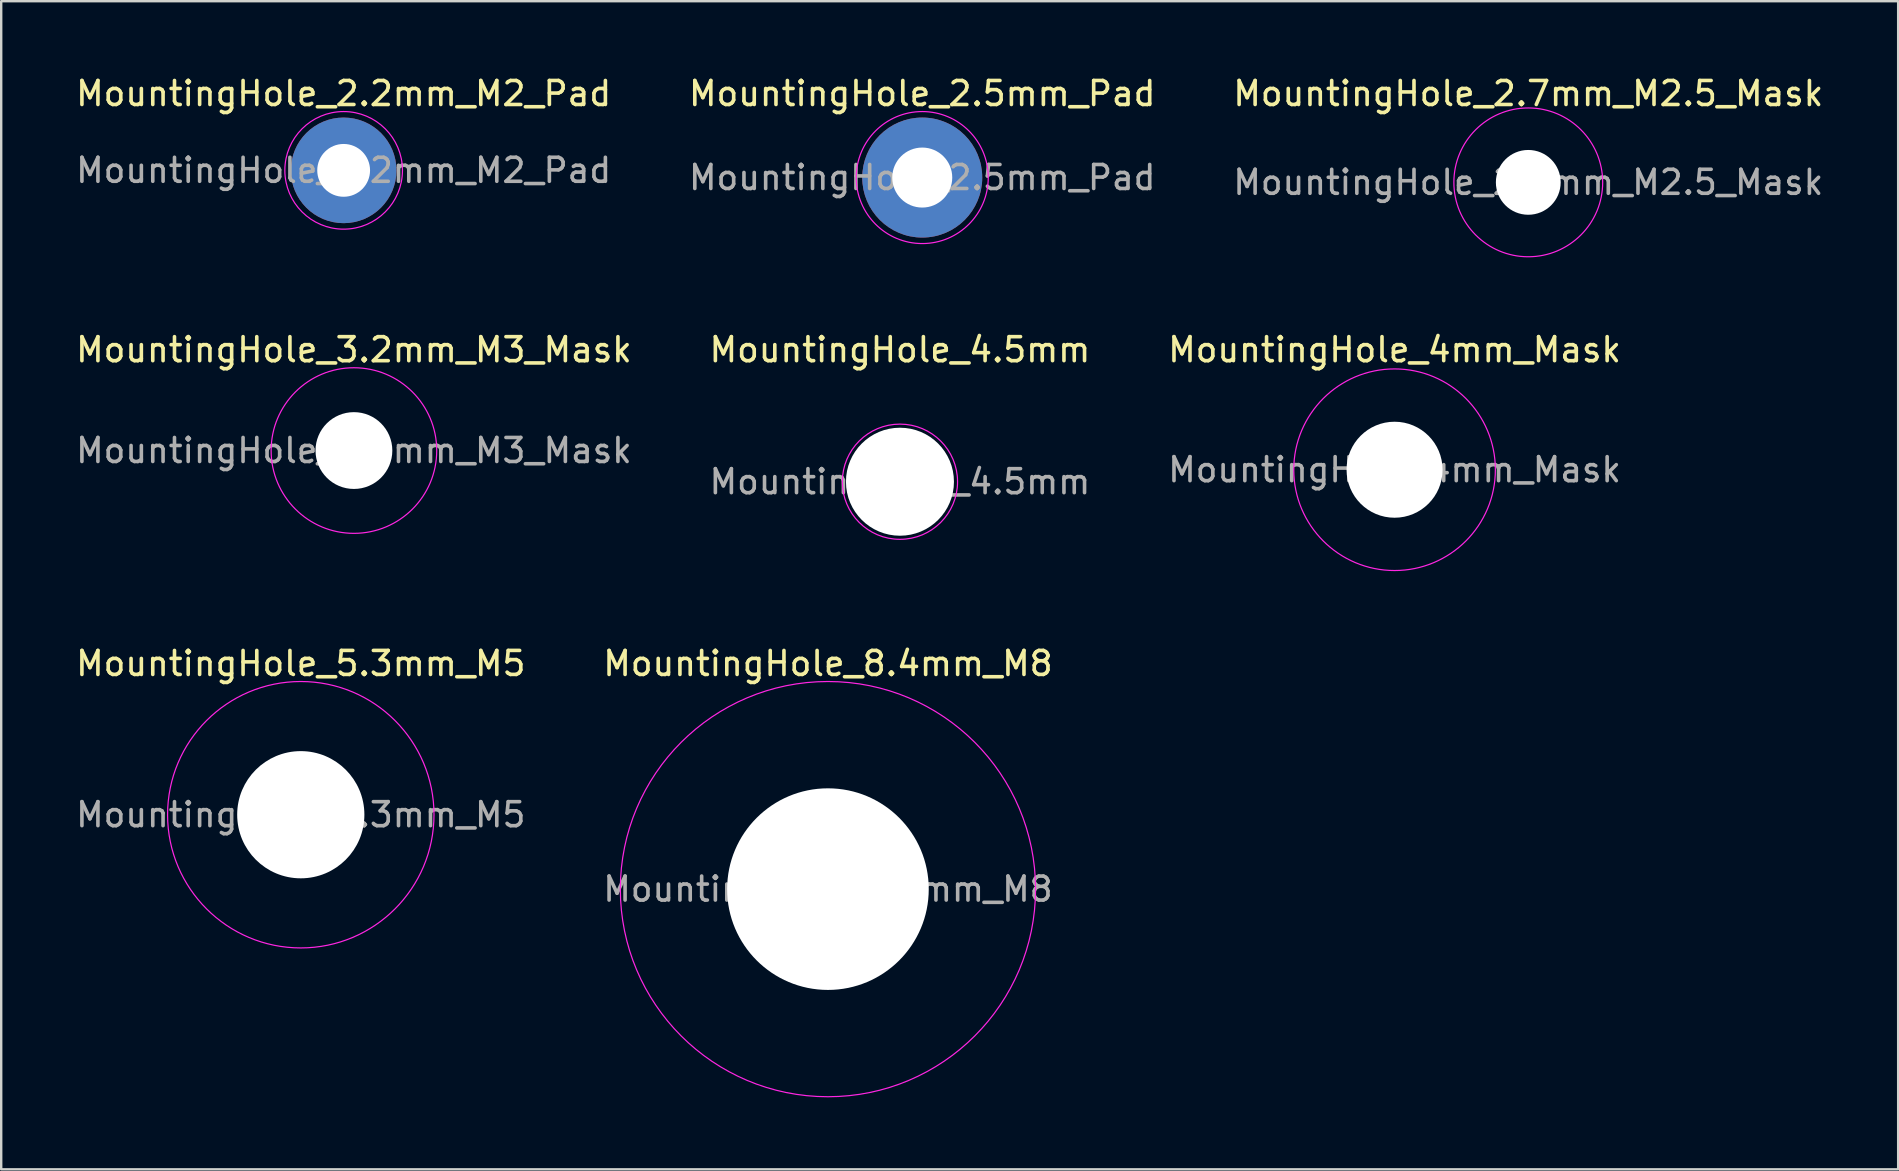
<source format=kicad_pcb>
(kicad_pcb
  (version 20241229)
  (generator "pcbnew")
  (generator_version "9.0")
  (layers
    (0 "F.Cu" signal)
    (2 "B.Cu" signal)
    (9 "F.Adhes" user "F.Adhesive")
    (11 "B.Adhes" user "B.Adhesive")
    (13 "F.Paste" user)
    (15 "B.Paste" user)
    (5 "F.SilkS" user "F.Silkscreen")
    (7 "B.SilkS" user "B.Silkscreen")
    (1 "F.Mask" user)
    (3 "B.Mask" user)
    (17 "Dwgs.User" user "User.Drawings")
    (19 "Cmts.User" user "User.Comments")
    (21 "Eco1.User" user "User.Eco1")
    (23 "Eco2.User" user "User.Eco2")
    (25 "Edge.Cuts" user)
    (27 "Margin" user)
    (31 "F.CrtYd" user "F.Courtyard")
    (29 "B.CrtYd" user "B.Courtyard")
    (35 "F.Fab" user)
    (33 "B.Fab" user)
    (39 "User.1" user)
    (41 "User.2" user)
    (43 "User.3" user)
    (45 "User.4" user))
  (footprint "MountingHole_4.5mm"
    (layer "F.Cu")
    (at 34.446 17.021)
    (property "Reference" "MountingHole_4.5mm" (at 0 -5.5 0) (layer "F.SilkS") (effects (font (size 1 1) (thickness 0.15))))
    (attr exclude_from_pos_files exclude_from_bom)
    (fp_circle (center 0 0) (end 2.4 0) (stroke (width 0.05) (type solid)) (fill no) (layer "F.CrtYd"))
    (fp_text user "${REFERENCE}" (at 0 0 0) (layer "F.Fab") (effects (font (size 1 1) (thickness 0.15))))
    (pad "" np_thru_hole circle (at 0 0) (size 4.5 4.5) (drill 4.5) (layers "*.Cu" "*.Mask")))
  (footprint "MountingHole_2.2mm_M2_Pad"
    (layer "F.Cu")
    (at 11.268 4.048)
    (property "Reference" "MountingHole_2.2mm_M2_Pad" (at 0 -3.2 0) (layer "F.SilkS") (effects (font (size 1 1) (thickness 0.15))))
    (attr exclude_from_pos_files exclude_from_bom)
    (fp_circle (center 0 0) (end 2.45 0) (stroke (width 0.05) (type solid)) (fill no) (layer "F.CrtYd"))
    (fp_text user "${REFERENCE}" (at 0 0 0) (layer "F.Fab") (effects (font (size 1 1) (thickness 0.15))))
    (pad "1" thru_hole circle (at 0 0) (size 4.4 4.4) (drill 2.2) (layers "*.Cu" "*.Mask")))
  (footprint "MountingHole_8.4mm_M8"
    (layer "F.Cu")
    (at 31.446 33.995)
    (property "Reference" "MountingHole_8.4mm_M8" (at 0 -9.4 0) (layer "F.SilkS") (effects (font (size 1 1) (thickness 0.15))))
    (attr exclude_from_pos_files exclude_from_bom)
    (fp_circle (center 0 0) (end 8.65 0) (stroke (width 0.05) (type solid)) (fill no) (layer "F.CrtYd"))
    (fp_text user "${REFERENCE}" (at 0 0 0) (layer "F.Fab") (effects (font (size 1 1) (thickness 0.15))))
    (pad "" np_thru_hole circle (at 0 0) (size 8.4 8.4) (drill 8.4) (layers "*.Cu" "*.Mask")))
  (footprint "MountingHole_3.2mm_M3_Mask"
    (layer "F.Cu")
    (at 11.696 15.722)
    (property "Reference" "MountingHole_3.2mm_M3_Mask" (at 0 -4.2 0) (layer "F.SilkS") (effects (font (size 1 1) (thickness 0.15))))
    (attr exclude_from_pos_files exclude_from_bom)
    (fp_circle (center 0 0) (end 3.45 0) (stroke (width 0.05) (type solid)) (fill no) (layer "F.CrtYd"))
    (fp_text user "${REFERENCE}" (at 0 0 0) (layer "F.Fab") (effects (font (size 1 1) (thickness 0.15))))
    (pad "" np_thru_hole circle (at 0 0) (size 3.2 3.2) (drill 3.2) (layers "*.Cu" "*.Mask"))
    (zone (net_name "") (layers "F.Cu" "B.Cu") (hatch edge 0.5) (connect_pads) (min_thickness 0.25) (filled_areas_thickness no) (keepout (tracks not_allowed) (vias not_allowed) (pads allowed) (copperpour not_allowed) (footprints not_allowed)) (placement (enabled no)) (fill) (polygon (pts (xy 15.146 15.722) (xy 15.126 15.348) (xy 15.066 14.98) (xy 14.966 14.62) (xy 14.828 14.273) (xy 14.653 13.943) (xy 14.443 13.634) (xy 14.201 13.349) (xy 13.93 13.092) (xy 13.633 12.866) (xy 13.312 12.673) (xy 12.973 12.517) (xy 12.619 12.397) (xy 12.255 12.317) (xy 11.883 12.277) (xy 11.51 12.277) (xy 11.138 12.317) (xy 10.773 12.397) (xy 10.419 12.517) (xy 10.08 12.673) (xy 9.76 12.866) (xy 9.463 13.092) (xy 9.192 13.349) (xy 8.95 13.634) (xy 8.74 13.943) (xy 8.565 14.273) (xy 8.427 14.62) (xy 8.327 14.98) (xy 8.267 15.348) (xy 8.246 15.722) (xy 8.267 16.095) (xy 8.327 16.463) (xy 8.427 16.823) (xy 8.565 17.17) (xy 8.74 17.5) (xy 8.95 17.809) (xy 9.192 18.094) (xy 9.463 18.351) (xy 9.76 18.577) (xy 10.08 18.77) (xy 10.419 18.926) (xy 10.773 19.046) (xy 11.138 19.126) (xy 11.51 19.166) (xy 11.883 19.166) (xy 12.255 19.126) (xy 12.619 19.046) (xy 12.973 18.926) (xy 13.312 18.77) (xy 13.633 18.577) (xy 13.93 18.351) (xy 14.201 18.094) (xy 14.443 17.809) (xy 14.653 17.5) (xy 14.828 17.17) (xy 14.966 16.823) (xy 15.066 16.463) (xy 15.126 16.095)))))
  (footprint "MountingHole_2.5mm_Pad"
    (layer "F.Cu")
    (at 35.375 4.348)
    (property "Reference" "MountingHole_2.5mm_Pad" (at 0 -3.5 0) (layer "F.SilkS") (effects (font (size 1 1) (thickness 0.15))))
    (attr exclude_from_pos_files exclude_from_bom)
    (fp_circle (center 0 0) (end 2.75 0) (stroke (width 0.05) (type solid)) (fill no) (layer "F.CrtYd"))
    (fp_text user "${REFERENCE}" (at 0 0 0) (layer "F.Fab") (effects (font (size 1 1) (thickness 0.15))))
    (pad "1" thru_hole circle (at 0 0) (size 5 5) (drill 2.5) (layers "*.Cu" "*.Mask")))
  (footprint "MountingHole_2.7mm_M2.5_Mask"
    (layer "F.Cu")
    (at 60.625 4.548)
    (property "Reference" "MountingHole_2.7mm_M2.5_Mask" (at 0 -3.7 0) (layer "F.SilkS") (effects (font (size 1 1) (thickness 0.15))))
    (attr exclude_from_pos_files exclude_from_bom)
    (fp_circle (center 0 0) (end 3.1 0) (stroke (width 0.05) (type solid)) (fill no) (layer "F.CrtYd"))
    (fp_text user "${REFERENCE}" (at 0 0 0) (layer "F.Fab") (effects (font (size 1 1) (thickness 0.15))))
    (pad "" np_thru_hole circle (at 0 0) (size 2.7 2.7) (drill 2.7) (layers "*.Cu" "*.Mask"))
    (zone (net_name "") (layers "F.Cu" "B.Cu") (hatch edge 0.508) (connect_pads) (min_thickness 0.254) (filled_areas_thickness no) (keepout (tracks not_allowed) (vias not_allowed) (pads allowed) (copperpour not_allowed) (footprints allowed)) (placement (enabled no)) (fill) (polygon (pts (xy 63.73 4.548) (xy 63.711 4.202) (xy 63.653 3.86) (xy 63.557 3.527) (xy 63.425 3.207) (xy 63.258 2.903) (xy 63.058 2.62) (xy 62.828 2.36) (xy 62.571 2.128) (xy 62.289 1.927) (xy 61.986 1.758) (xy 61.667 1.623) (xy 61.334 1.525) (xy 60.993 1.465) (xy 60.647 1.443) (xy 60.3 1.46) (xy 59.958 1.516) (xy 59.624 1.609) (xy 59.303 1.739) (xy 58.998 1.904) (xy 58.713 2.102) (xy 58.453 2.33) (xy 58.219 2.586) (xy 58.015 2.866) (xy 57.844 3.168) (xy 57.707 3.486) (xy 57.607 3.818) (xy 57.545 4.159) (xy 57.52 4.505) (xy 57.535 4.851) (xy 57.588 5.194) (xy 57.679 5.528) (xy 57.806 5.851) (xy 57.969 6.157) (xy 58.165 6.443) (xy 58.392 6.705) (xy 58.646 6.941) (xy 58.925 7.146) (xy 59.225 7.32) (xy 59.543 7.458) (xy 59.874 7.561) (xy 60.214 7.626) (xy 60.56 7.652) (xy 60.906 7.64) (xy 61.249 7.59) (xy 61.584 7.501) (xy 61.908 7.376) (xy 62.215 7.215) (xy 62.502 7.021) (xy 62.766 6.797) (xy 63.003 6.544) (xy 63.211 6.266) (xy 63.387 5.967) (xy 63.528 5.651) (xy 63.632 5.32) (xy 63.7 4.98) (xy 63.729 4.635)))))
  (footprint "MountingHole_5.3mm_M5"
    (layer "F.Cu")
    (at 9.482 30.895)
    (property "Reference" "MountingHole_5.3mm_M5" (at 0 -6.3 0) (layer "F.SilkS") (effects (font (size 1 1) (thickness 0.15))))
    (attr exclude_from_pos_files exclude_from_bom)
    (fp_circle (center 0 0) (end 5.55 0) (stroke (width 0.05) (type solid)) (fill no) (layer "F.CrtYd"))
    (fp_text user "${REFERENCE}" (at 0 0 0) (layer "F.Fab") (effects (font (size 1 1) (thickness 0.15))))
    (pad "" np_thru_hole circle (at 0 0) (size 5.3 5.3) (drill 5.3) (layers "*.Cu" "*.Mask")))
  (footprint "MountingHole_4mm_Mask"
    (layer "F.Cu")
    (at 55.054 16.521)
    (property "Reference" "MountingHole_4mm_Mask" (at 0 -5 0) (layer "F.SilkS") (effects (font (size 1 1) (thickness 0.15))))
    (attr exclude_from_pos_files exclude_from_bom)
    (fp_circle (center 0 0) (end 4.2 0) (stroke (width 0.05) (type solid)) (fill no) (layer "F.CrtYd"))
    (fp_text user "${REFERENCE}" (at 0 0 0) (layer "F.Fab") (effects (font (size 1 1) (thickness 0.15))))
    (pad "" np_thru_hole circle (at 0 0) (size 4 4) (drill 4) (layers "*.Cu" "*.Mask"))
    (zone (net_name "") (layers "F.Cu" "B.Cu") (hatch edge 0.5) (connect_pads) (min_thickness 0.25) (filled_areas_thickness no) (keepout (tracks not_allowed) (vias not_allowed) (pads allowed) (copperpour not_allowed) (footprints allowed)) (placement (enabled no)) (fill) (polygon (pts (xy 59.254 16.521) (xy 59.233 16.11) (xy 59.173 15.702) (xy 59.073 15.302) (xy 58.934 14.914) (xy 58.758 14.542) (xy 58.546 14.188) (xy 58.3 13.857) (xy 58.023 13.552) (xy 57.718 13.275) (xy 57.387 13.029) (xy 57.033 12.817) (xy 56.661 12.641) (xy 56.273 12.502) (xy 55.873 12.402) (xy 55.465 12.342) (xy 55.054 12.322) (xy 54.642 12.342) (xy 54.234 12.402) (xy 53.834 12.502) (xy 53.446 12.641) (xy 53.074 12.817) (xy 52.72 13.029) (xy 52.389 13.275) (xy 52.084 13.552) (xy 51.807 13.857) (xy 51.561 14.188) (xy 51.35 14.542) (xy 51.173 14.914) (xy 51.034 15.302) (xy 50.934 15.702) (xy 50.874 16.11) (xy 50.854 16.521) (xy 50.874 16.933) (xy 50.934 17.341) (xy 51.034 17.741) (xy 51.173 18.129) (xy 51.35 18.501) (xy 51.561 18.855) (xy 51.807 19.186) (xy 52.084 19.491) (xy 52.389 19.768) (xy 52.72 20.014) (xy 53.074 20.226) (xy 53.446 20.402) (xy 53.834 20.541) (xy 54.234 20.641) (xy 54.642 20.701) (xy 55.054 20.721) (xy 55.465 20.701) (xy 55.873 20.641) (xy 56.273 20.541) (xy 56.661 20.402) (xy 57.033 20.226) (xy 57.387 20.014) (xy 57.718 19.768) (xy 58.023 19.491) (xy 58.3 19.186) (xy 58.546 18.855) (xy 58.758 18.501) (xy 58.934 18.129) (xy 59.073 17.741) (xy 59.173 17.341) (xy 59.233 16.933)))))
  (gr_rect
    (start -3 -3)
    (end 76.036 45.67)
    (stroke (width 0.1) (type default))
    (fill no)
    (layer "Edge.Cuts")))
</source>
